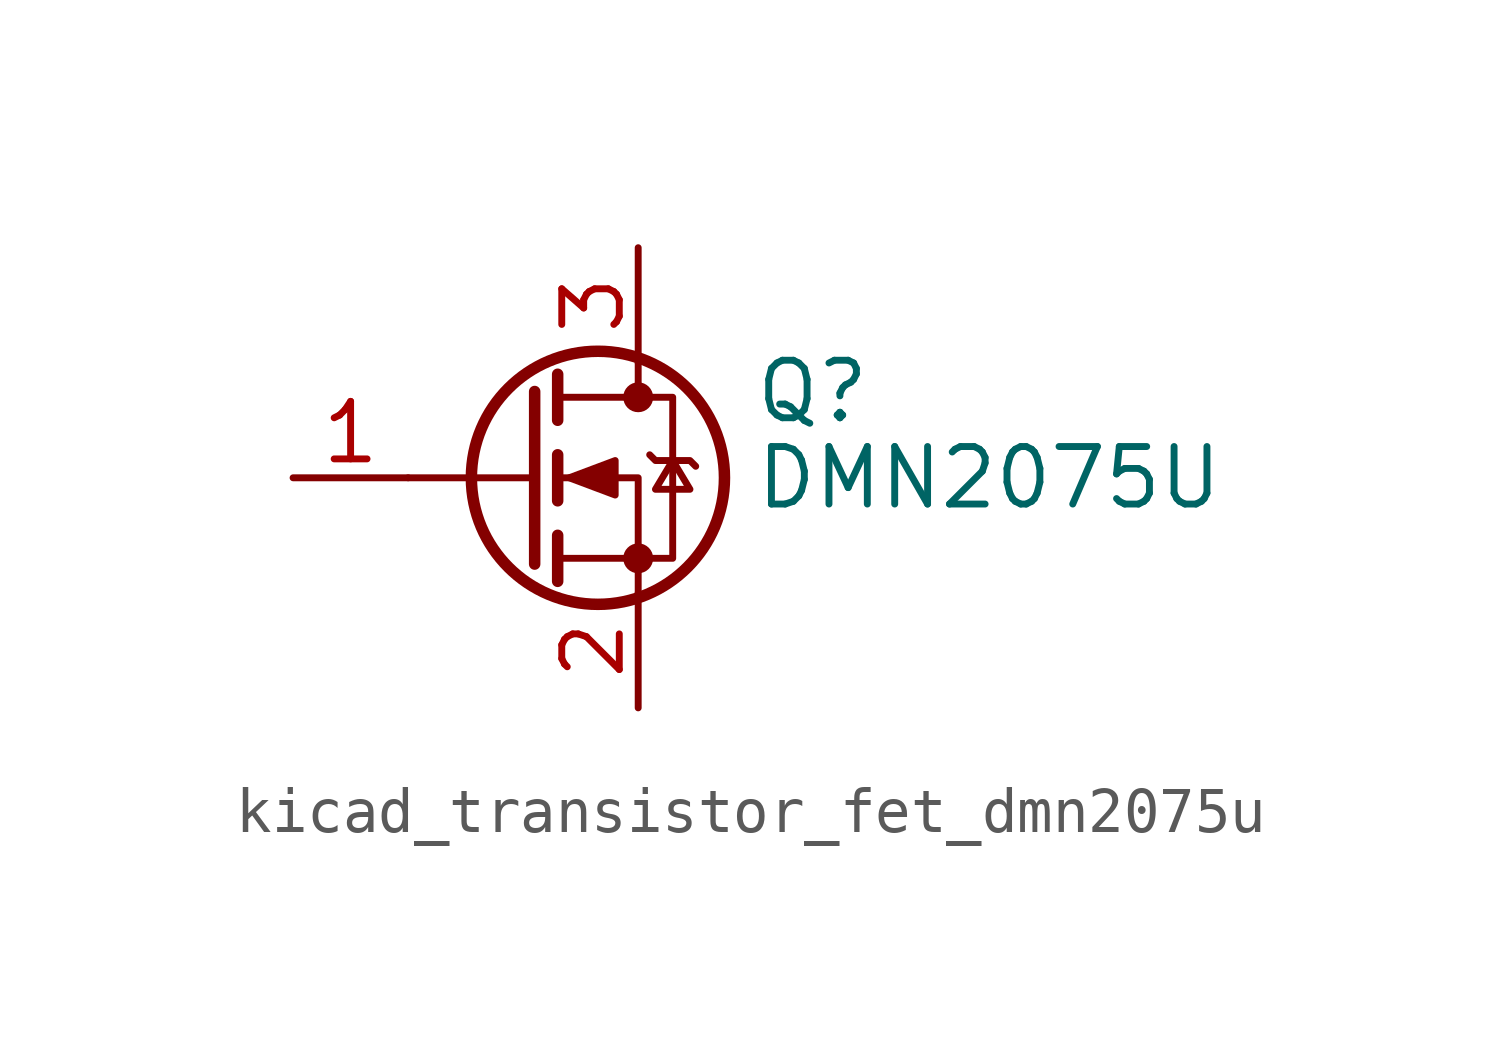
<source format=kicad_sym>
(kicad_symbol_lib
  (version 20220914)
  (generator kicad_symbol_editor)
  (symbol "kicad_transistor_fet_dmn2075u"
    (pin_names hide)
    (property "Reference" "Q"
      (at 5.08 1.905 0)
      (effects (font (size 1.27 1.27)) (justify left)))
    (property "Value" "DMN2075U"
      (at 5.08 0 0)
      (effects (font (size 1.27 1.27)) (justify left)))
    (symbol "kicad_transistor_fet_dmn2075u_0_1"
      (polyline (pts (xy 0.254 0) (xy -2.54 0)) (stroke (width 0) (type default)) (fill (type none)))
      (polyline (pts (xy 0.254 1.905) (xy 0.254 -1.905)) (stroke (width 0.254) (type default)) (fill (type none)))
      (polyline (pts (xy 0.762 -1.27) (xy 0.762 -2.286)) (stroke (width 0.254) (type default)) (fill (type none)))
      (polyline (pts (xy 0.762 0.508) (xy 0.762 -0.508)) (stroke (width 0.254) (type default)) (fill (type none)))
      (polyline (pts (xy 0.762 2.286) (xy 0.762 1.27)) (stroke (width 0.254) (type default)) (fill (type none)))
      (polyline (pts (xy 2.54 2.54) (xy 2.54 1.778)) (stroke (width 0) (type default)) (fill (type none)))
      (polyline (pts (xy 2.54 -2.54) (xy 2.54 0) (xy 0.762 0)) (stroke (width 0) (type default)) (fill (type none)))
      (polyline (pts (xy 0.762 -1.778) (xy 3.302 -1.778) (xy 3.302 1.778) (xy 0.762 1.778)) (stroke (width 0) (type default)) (fill (type none)))
      (polyline (pts (xy 1.016 0) (xy 2.032 0.381) (xy 2.032 -0.381) (xy 1.016 0)) (stroke (width 0) (type default)) (fill (type outline)))
      (polyline (pts (xy 2.794 0.508) (xy 2.921 0.381) (xy 3.683 0.381) (xy 3.81 0.254)) (stroke (width 0) (type default)) (fill (type none)))
      (polyline (pts (xy 3.302 0.381) (xy 2.921 -0.254) (xy 3.683 -0.254) (xy 3.302 0.381)) (stroke (width 0) (type default)) (fill (type none)))
      (circle (center 1.651 0) (radius 2.794) (stroke (width 0.254) (type default)) (fill (type none)))
      (circle (center 2.54 -1.778) (radius 0.254) (stroke (width 0) (type default)) (fill (type outline)))
      (circle (center 2.54 1.778) (radius 0.254) (stroke (width 0) (type default)) (fill (type outline))))
    (symbol "kicad_transistor_fet_dmn2075u_1_1"
      (pin input line (at -5.08 0 0) (length 2.54) (name "G" (effects (font (size 1.27 1.27)))) (number "1" (effects (font (size 1.27 1.27)))))
      (pin passive line (at 2.54 -5.08 90) (length 2.54) (name "S" (effects (font (size 1.27 1.27)))) (number "2" (effects (font (size 1.27 1.27)))))
      (pin passive line (at 2.54 5.08 270) (length 2.54) (name "D" (effects (font (size 1.27 1.27)))) (number "3" (effects (font (size 1.27 1.27))))))))
</source>
